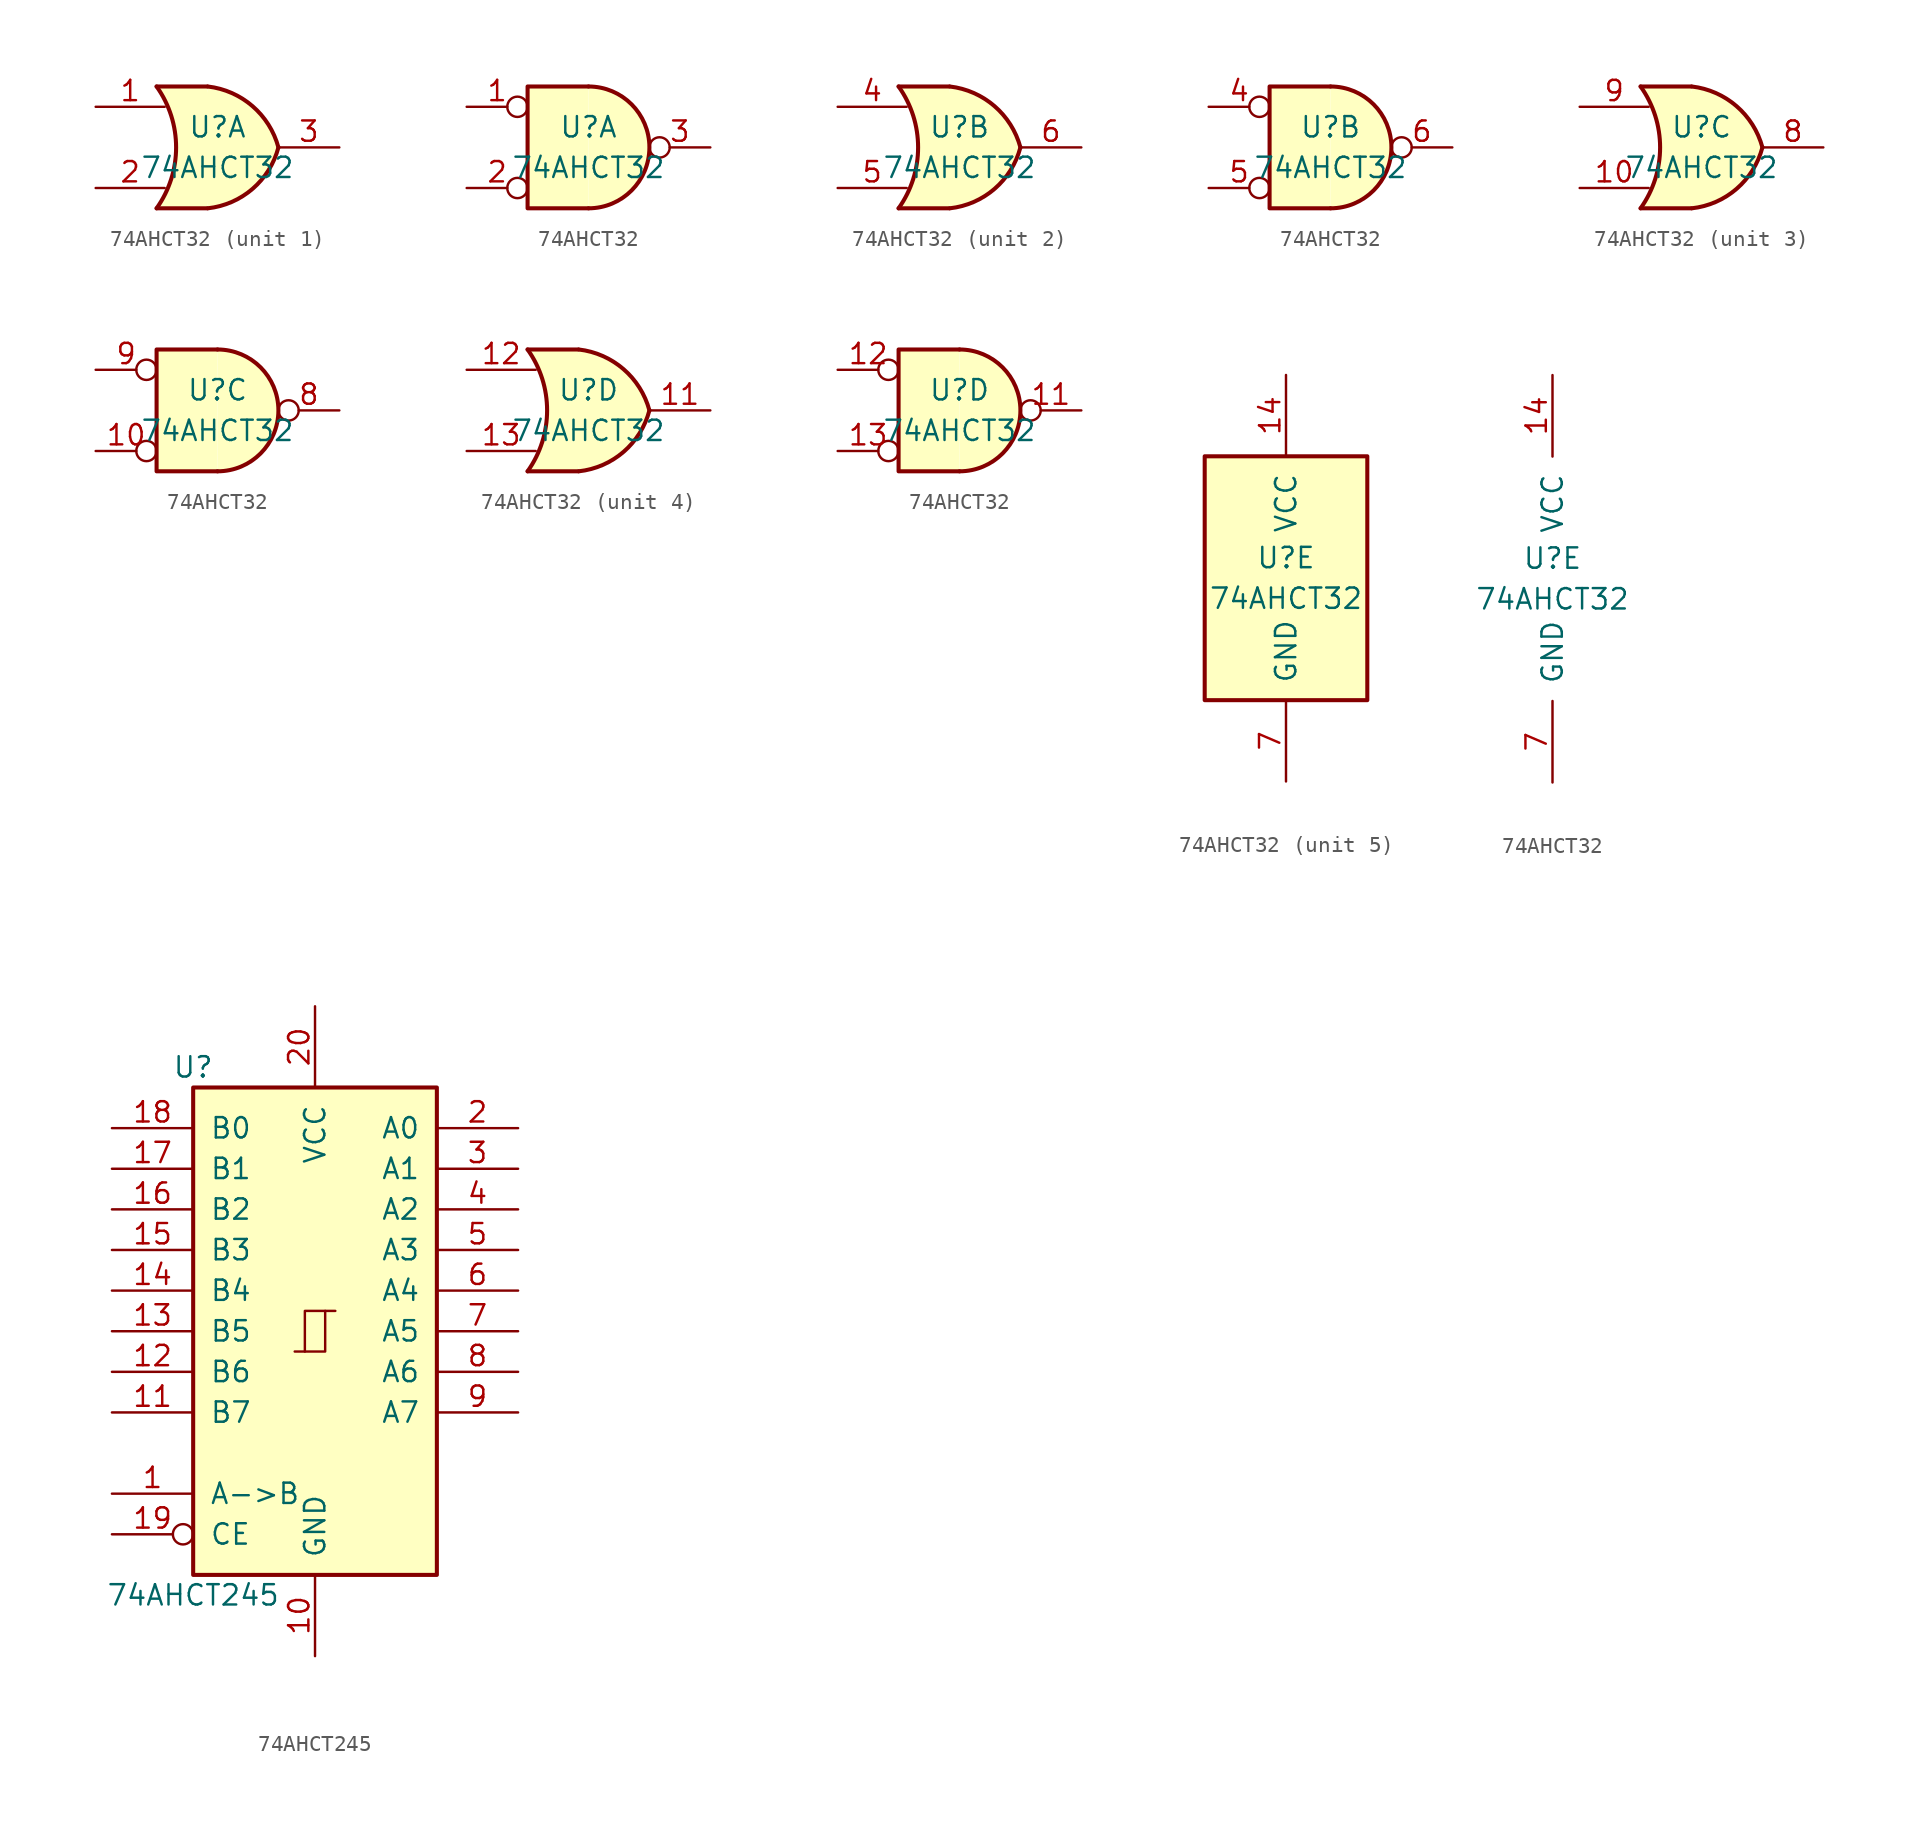
<source format=kicad_sym>
(kicad_symbol_lib
  (version 20241209)
  (generator "kicad_symbol_editor")
  (generator_version "9.0")
  (symbol "74AHCT32"
    (pin_names
      (offset 1.016))
    (property "Reference" "U"
      (at 0 1.27 0)
      (effects (font (size 1.27 1.27))))
    (property "Value" "74AHCT32"
      (at 0 -1.27 0)
      (effects (font (size 1.27 1.27))))
    (property "ki_locked" ""
      (at 0 0 0)
      (effects (font (size 1.27 1.27))))
    (symbol "74AHCT32_1_1"
      (arc (start -3.81 3.81) (mid -2.589 0) (end -3.81 -3.81) (stroke (width 0.254) (type solid)) (fill (type none)))
      (polyline (pts (xy -3.81 3.81) (xy -0.635 3.81)) (stroke (width 0.254) (type solid)) (fill (type background)))
      (polyline (pts (xy -3.81 -3.81) (xy -0.635 -3.81)) (stroke (width 0.254) (type solid)) (fill (type background)))
      (arc (start -0.6096 3.81) (mid 2.1842 2.5851) (end 3.81 0) (stroke (width 0.254) (type solid)) (fill (type background)))
      (arc (start 3.81 0) (mid 2.1915 -2.5936) (end -0.6096 -3.81) (stroke (width 0.254) (type solid)) (fill (type background)))
      (polyline (pts (xy -0.635 3.81) (xy -3.81 3.81) (xy -3.81 3.81) (xy -3.556 3.404) (xy -3.023 2.261) (xy -2.692 1.041) (xy -2.616 -0.254) (xy -2.769 -1.499) (xy -3.175 -2.718) (xy -3.81 -3.81) (xy -3.81 -3.81) (xy -0.635 -3.81)) (stroke (width -25.4) (type solid)) (fill (type background)))
      (pin input line (at -7.62 2.54 0) (length 4.318) (name "~" (effects (font (size 1.27 1.27)))) (number "1" (effects (font (size 1.27 1.27)))))
      (pin input line (at -7.62 -2.54 0) (length 4.318) (name "~" (effects (font (size 1.27 1.27)))) (number "2" (effects (font (size 1.27 1.27)))))
      (pin output line (at 7.62 0 180) (length 3.81) (name "~" (effects (font (size 1.27 1.27)))) (number "3" (effects (font (size 1.27 1.27))))))
    (symbol "74AHCT32_1_2"
      (polyline (pts (xy 0 3.81) (xy -3.81 3.81) (xy -3.81 -3.81) (xy 0 -3.81)) (stroke (width 0.254) (type solid)) (fill (type background)))
      (arc (start 0 3.81) (mid 3.81 0) (end 0 -3.81) (stroke (width 0.254) (type solid)) (fill (type background)))
      (pin input inverted (at -7.62 2.54 0) (length 3.81) (name "~" (effects (font (size 1.27 1.27)))) (number "1" (effects (font (size 1.27 1.27)))))
      (pin input inverted (at -7.62 -2.54 0) (length 3.81) (name "~" (effects (font (size 1.27 1.27)))) (number "2" (effects (font (size 1.27 1.27)))))
      (pin output inverted (at 7.62 0 180) (length 3.81) (name "~" (effects (font (size 1.27 1.27)))) (number "3" (effects (font (size 1.27 1.27))))))
    (symbol "74AHCT32_2_1"
      (arc (start -3.81 3.81) (mid -2.589 0) (end -3.81 -3.81) (stroke (width 0.254) (type solid)) (fill (type none)))
      (polyline (pts (xy -3.81 3.81) (xy -0.635 3.81)) (stroke (width 0.254) (type solid)) (fill (type background)))
      (polyline (pts (xy -3.81 -3.81) (xy -0.635 -3.81)) (stroke (width 0.254) (type solid)) (fill (type background)))
      (arc (start -0.6096 3.81) (mid 2.1842 2.5851) (end 3.81 0) (stroke (width 0.254) (type solid)) (fill (type background)))
      (arc (start 3.81 0) (mid 2.1915 -2.5936) (end -0.6096 -3.81) (stroke (width 0.254) (type solid)) (fill (type background)))
      (polyline (pts (xy -0.635 3.81) (xy -3.81 3.81) (xy -3.81 3.81) (xy -3.556 3.404) (xy -3.023 2.261) (xy -2.692 1.041) (xy -2.616 -0.254) (xy -2.769 -1.499) (xy -3.175 -2.718) (xy -3.81 -3.81) (xy -3.81 -3.81) (xy -0.635 -3.81)) (stroke (width -25.4) (type solid)) (fill (type background)))
      (pin input line (at -7.62 2.54 0) (length 4.318) (name "~" (effects (font (size 1.27 1.27)))) (number "4" (effects (font (size 1.27 1.27)))))
      (pin input line (at -7.62 -2.54 0) (length 4.318) (name "~" (effects (font (size 1.27 1.27)))) (number "5" (effects (font (size 1.27 1.27)))))
      (pin output line (at 7.62 0 180) (length 3.81) (name "~" (effects (font (size 1.27 1.27)))) (number "6" (effects (font (size 1.27 1.27))))))
    (symbol "74AHCT32_2_2"
      (polyline (pts (xy 0 3.81) (xy -3.81 3.81) (xy -3.81 -3.81) (xy 0 -3.81)) (stroke (width 0.254) (type solid)) (fill (type background)))
      (arc (start 0 3.81) (mid 3.81 0) (end 0 -3.81) (stroke (width 0.254) (type solid)) (fill (type background)))
      (pin input inverted (at -7.62 2.54 0) (length 3.81) (name "~" (effects (font (size 1.27 1.27)))) (number "4" (effects (font (size 1.27 1.27)))))
      (pin input inverted (at -7.62 -2.54 0) (length 3.81) (name "~" (effects (font (size 1.27 1.27)))) (number "5" (effects (font (size 1.27 1.27)))))
      (pin output inverted (at 7.62 0 180) (length 3.81) (name "~" (effects (font (size 1.27 1.27)))) (number "6" (effects (font (size 1.27 1.27))))))
    (symbol "74AHCT32_3_1"
      (arc (start -3.81 3.81) (mid -2.589 0) (end -3.81 -3.81) (stroke (width 0.254) (type solid)) (fill (type none)))
      (polyline (pts (xy -3.81 3.81) (xy -0.635 3.81)) (stroke (width 0.254) (type solid)) (fill (type background)))
      (polyline (pts (xy -3.81 -3.81) (xy -0.635 -3.81)) (stroke (width 0.254) (type solid)) (fill (type background)))
      (arc (start -0.6096 3.81) (mid 2.1842 2.5851) (end 3.81 0) (stroke (width 0.254) (type solid)) (fill (type background)))
      (arc (start 3.81 0) (mid 2.1915 -2.5936) (end -0.6096 -3.81) (stroke (width 0.254) (type solid)) (fill (type background)))
      (polyline (pts (xy -0.635 3.81) (xy -3.81 3.81) (xy -3.81 3.81) (xy -3.556 3.404) (xy -3.023 2.261) (xy -2.692 1.041) (xy -2.616 -0.254) (xy -2.769 -1.499) (xy -3.175 -2.718) (xy -3.81 -3.81) (xy -3.81 -3.81) (xy -0.635 -3.81)) (stroke (width -25.4) (type solid)) (fill (type background)))
      (pin input line (at -7.62 2.54 0) (length 4.318) (name "~" (effects (font (size 1.27 1.27)))) (number "9" (effects (font (size 1.27 1.27)))))
      (pin input line (at -7.62 -2.54 0) (length 4.318) (name "~" (effects (font (size 1.27 1.27)))) (number "10" (effects (font (size 1.27 1.27)))))
      (pin output line (at 7.62 0 180) (length 3.81) (name "~" (effects (font (size 1.27 1.27)))) (number "8" (effects (font (size 1.27 1.27))))))
    (symbol "74AHCT32_3_2"
      (polyline (pts (xy 0 3.81) (xy -3.81 3.81) (xy -3.81 -3.81) (xy 0 -3.81)) (stroke (width 0.254) (type solid)) (fill (type background)))
      (arc (start 0 3.81) (mid 3.81 0) (end 0 -3.81) (stroke (width 0.254) (type solid)) (fill (type background)))
      (pin input inverted (at -7.62 2.54 0) (length 3.81) (name "~" (effects (font (size 1.27 1.27)))) (number "9" (effects (font (size 1.27 1.27)))))
      (pin input inverted (at -7.62 -2.54 0) (length 3.81) (name "~" (effects (font (size 1.27 1.27)))) (number "10" (effects (font (size 1.27 1.27)))))
      (pin output inverted (at 7.62 0 180) (length 3.81) (name "~" (effects (font (size 1.27 1.27)))) (number "8" (effects (font (size 1.27 1.27))))))
    (symbol "74AHCT32_4_1"
      (arc (start -3.81 3.81) (mid -2.589 0) (end -3.81 -3.81) (stroke (width 0.254) (type solid)) (fill (type none)))
      (polyline (pts (xy -3.81 3.81) (xy -0.635 3.81)) (stroke (width 0.254) (type solid)) (fill (type background)))
      (polyline (pts (xy -3.81 -3.81) (xy -0.635 -3.81)) (stroke (width 0.254) (type solid)) (fill (type background)))
      (arc (start -0.6096 3.81) (mid 2.1842 2.5851) (end 3.81 0) (stroke (width 0.254) (type solid)) (fill (type background)))
      (arc (start 3.81 0) (mid 2.1915 -2.5936) (end -0.6096 -3.81) (stroke (width 0.254) (type solid)) (fill (type background)))
      (polyline (pts (xy -0.635 3.81) (xy -3.81 3.81) (xy -3.81 3.81) (xy -3.556 3.404) (xy -3.023 2.261) (xy -2.692 1.041) (xy -2.616 -0.254) (xy -2.769 -1.499) (xy -3.175 -2.718) (xy -3.81 -3.81) (xy -3.81 -3.81) (xy -0.635 -3.81)) (stroke (width -25.4) (type solid)) (fill (type background)))
      (pin input line (at -7.62 2.54 0) (length 4.318) (name "~" (effects (font (size 1.27 1.27)))) (number "12" (effects (font (size 1.27 1.27)))))
      (pin input line (at -7.62 -2.54 0) (length 4.318) (name "~" (effects (font (size 1.27 1.27)))) (number "13" (effects (font (size 1.27 1.27)))))
      (pin output line (at 7.62 0 180) (length 3.81) (name "~" (effects (font (size 1.27 1.27)))) (number "11" (effects (font (size 1.27 1.27))))))
    (symbol "74AHCT32_4_2"
      (polyline (pts (xy 0 3.81) (xy -3.81 3.81) (xy -3.81 -3.81) (xy 0 -3.81)) (stroke (width 0.254) (type solid)) (fill (type background)))
      (arc (start 0 3.81) (mid 3.81 0) (end 0 -3.81) (stroke (width 0.254) (type solid)) (fill (type background)))
      (pin input inverted (at -7.62 2.54 0) (length 3.81) (name "~" (effects (font (size 1.27 1.27)))) (number "12" (effects (font (size 1.27 1.27)))))
      (pin input inverted (at -7.62 -2.54 0) (length 3.81) (name "~" (effects (font (size 1.27 1.27)))) (number "13" (effects (font (size 1.27 1.27)))))
      (pin output inverted (at 7.62 0 180) (length 3.81) (name "~" (effects (font (size 1.27 1.27)))) (number "11" (effects (font (size 1.27 1.27))))))
    (symbol "74AHCT32_5_0"
      (pin power_in line (at 0 12.7 270) (length 5.08) (name "VCC" (effects (font (size 1.27 1.27)))) (number "14" (effects (font (size 1.27 1.27)))))
      (pin power_in line (at 0 -12.7 90) (length 5.08) (name "GND" (effects (font (size 1.27 1.27)))) (number "7" (effects (font (size 1.27 1.27))))))
    (symbol "74AHCT32_5_1"
      (rectangle (start -5.08 7.62) (end 5.08 -7.62) (stroke (width 0.254) (type solid)) (fill (type background)))))
  (symbol "74AHCT245"
    (pin_names
      (offset 1.016))
    (property "Reference" "U"
      (at -7.62 16.51 0)
      (effects (font (size 1.27 1.27))))
    (property "Value" "74AHCT245"
      (at -7.62 -16.51 0)
      (effects (font (size 1.27 1.27))))
    (symbol "74AHCT245_1_0"
      (polyline (pts (xy -1.27 -1.27) (xy 0.635 -1.27) (xy 0.635 1.27) (xy 1.27 1.27)) (stroke (width 0) (type default)) (fill (type none)))
      (polyline (pts (xy -0.635 -1.27) (xy -0.635 1.27) (xy 0.635 1.27)) (stroke (width 0) (type default)) (fill (type none)))
      (pin tri_state line (at -12.7 12.7 0) (length 5.08) (name "B0" (effects (font (size 1.27 1.27)))) (number "18" (effects (font (size 1.27 1.27)))))
      (pin tri_state line (at -12.7 10.16 0) (length 5.08) (name "B1" (effects (font (size 1.27 1.27)))) (number "17" (effects (font (size 1.27 1.27)))))
      (pin tri_state line (at -12.7 7.62 0) (length 5.08) (name "B2" (effects (font (size 1.27 1.27)))) (number "16" (effects (font (size 1.27 1.27)))))
      (pin tri_state line (at -12.7 5.08 0) (length 5.08) (name "B3" (effects (font (size 1.27 1.27)))) (number "15" (effects (font (size 1.27 1.27)))))
      (pin tri_state line (at -12.7 2.54 0) (length 5.08) (name "B4" (effects (font (size 1.27 1.27)))) (number "14" (effects (font (size 1.27 1.27)))))
      (pin tri_state line (at -12.7 0 0) (length 5.08) (name "B5" (effects (font (size 1.27 1.27)))) (number "13" (effects (font (size 1.27 1.27)))))
      (pin tri_state line (at -12.7 -2.54 0) (length 5.08) (name "B6" (effects (font (size 1.27 1.27)))) (number "12" (effects (font (size 1.27 1.27)))))
      (pin tri_state line (at -12.7 -5.08 0) (length 5.08) (name "B7" (effects (font (size 1.27 1.27)))) (number "11" (effects (font (size 1.27 1.27)))))
      (pin input line (at -12.7 -10.16 0) (length 5.08) (name "A->B" (effects (font (size 1.27 1.27)))) (number "1" (effects (font (size 1.27 1.27)))))
      (pin input inverted (at -12.7 -12.7 0) (length 5.08) (name "CE" (effects (font (size 1.27 1.27)))) (number "19" (effects (font (size 1.27 1.27)))))
      (pin power_in line (at 0 20.32 270) (length 5.08) (name "VCC" (effects (font (size 1.27 1.27)))) (number "20" (effects (font (size 1.27 1.27)))))
      (pin power_in line (at 0 -20.32 90) (length 5.08) (name "GND" (effects (font (size 1.27 1.27)))) (number "10" (effects (font (size 1.27 1.27)))))
      (pin tri_state line (at 12.7 12.7 180) (length 5.08) (name "A0" (effects (font (size 1.27 1.27)))) (number "2" (effects (font (size 1.27 1.27)))))
      (pin tri_state line (at 12.7 10.16 180) (length 5.08) (name "A1" (effects (font (size 1.27 1.27)))) (number "3" (effects (font (size 1.27 1.27)))))
      (pin tri_state line (at 12.7 7.62 180) (length 5.08) (name "A2" (effects (font (size 1.27 1.27)))) (number "4" (effects (font (size 1.27 1.27)))))
      (pin tri_state line (at 12.7 5.08 180) (length 5.08) (name "A3" (effects (font (size 1.27 1.27)))) (number "5" (effects (font (size 1.27 1.27)))))
      (pin tri_state line (at 12.7 2.54 180) (length 5.08) (name "A4" (effects (font (size 1.27 1.27)))) (number "6" (effects (font (size 1.27 1.27)))))
      (pin tri_state line (at 12.7 0 180) (length 5.08) (name "A5" (effects (font (size 1.27 1.27)))) (number "7" (effects (font (size 1.27 1.27)))))
      (pin tri_state line (at 12.7 -2.54 180) (length 5.08) (name "A6" (effects (font (size 1.27 1.27)))) (number "8" (effects (font (size 1.27 1.27)))))
      (pin tri_state line (at 12.7 -5.08 180) (length 5.08) (name "A7" (effects (font (size 1.27 1.27)))) (number "9" (effects (font (size 1.27 1.27))))))
    (symbol "74AHCT245_1_1"
      (rectangle (start -7.62 15.24) (end 7.62 -15.24) (stroke (width 0.254) (type default)) (fill (type background))))))
</source>
